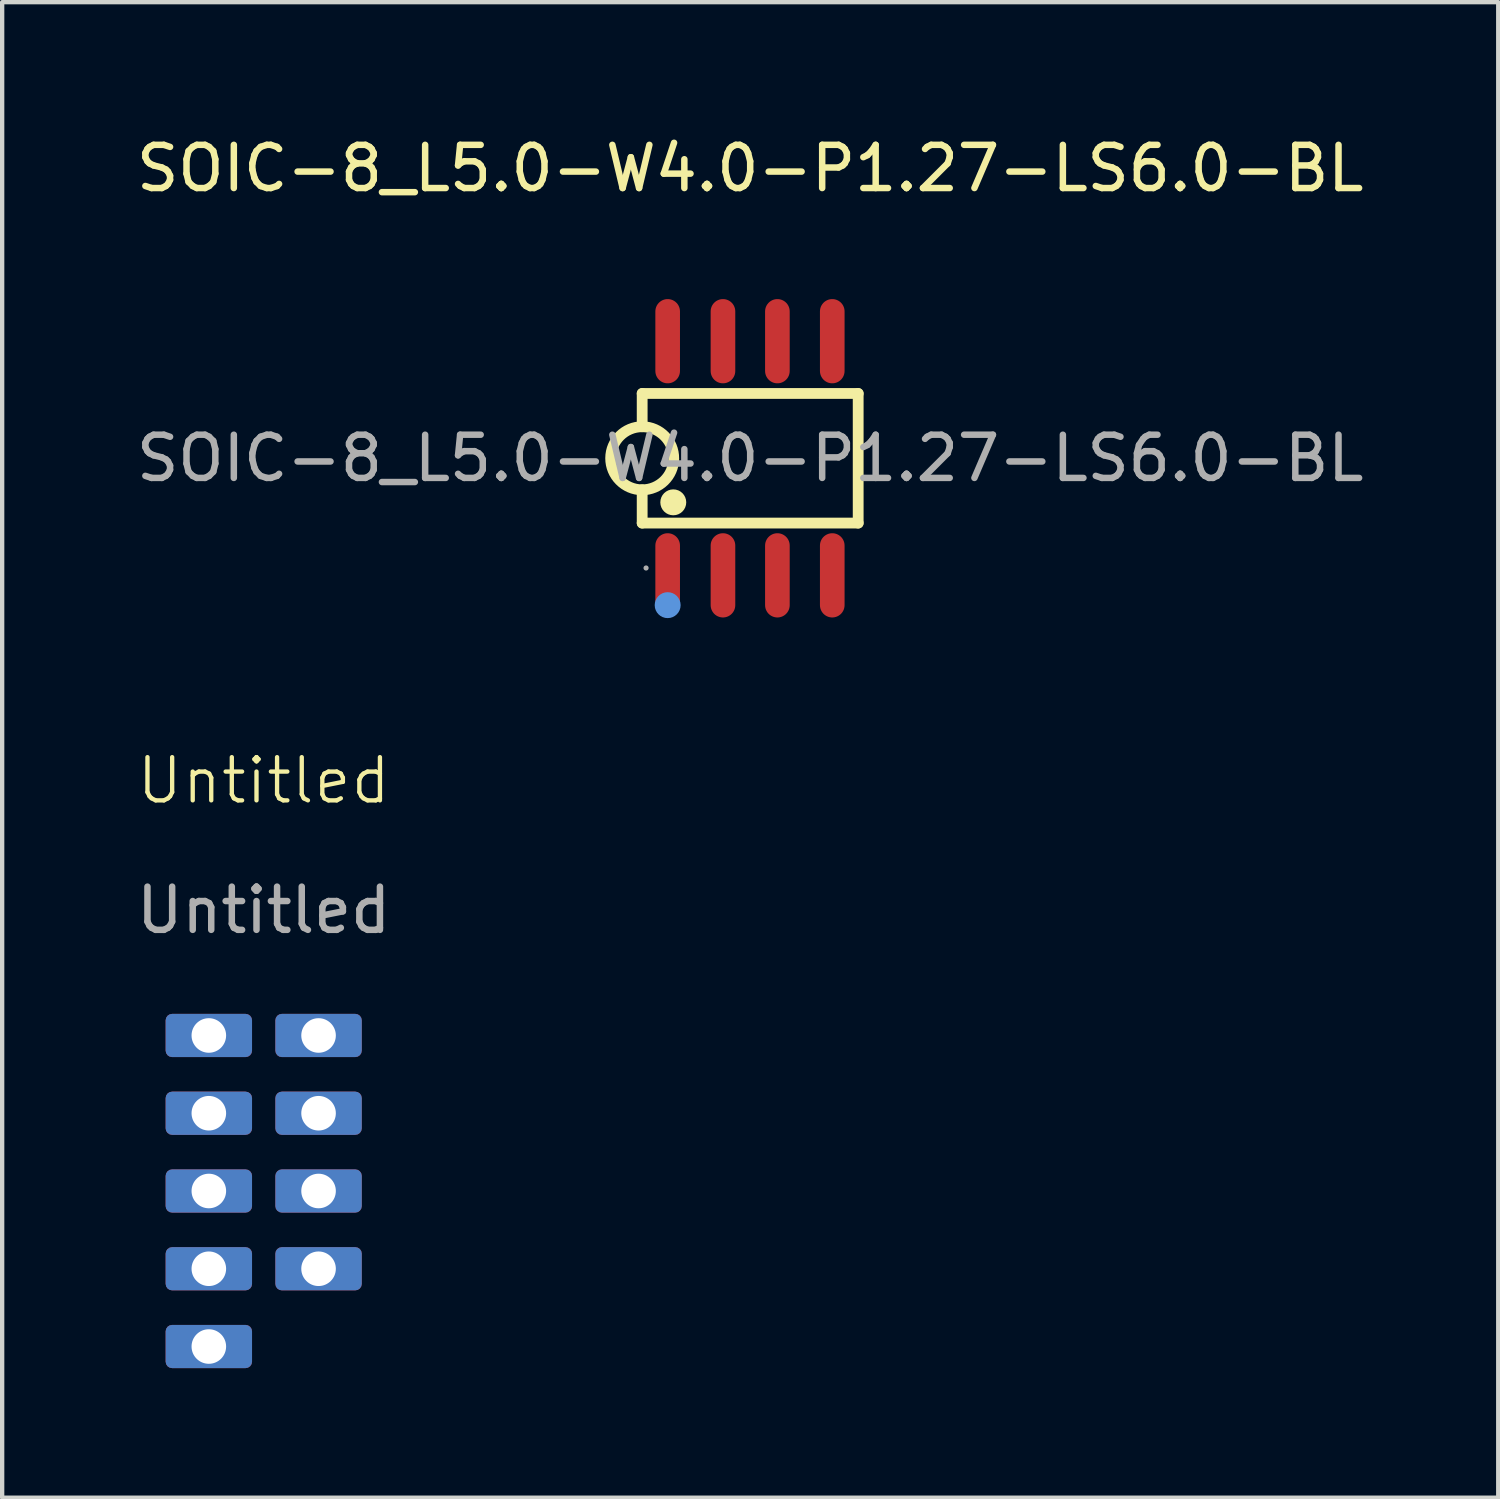
<source format=kicad_pcb>
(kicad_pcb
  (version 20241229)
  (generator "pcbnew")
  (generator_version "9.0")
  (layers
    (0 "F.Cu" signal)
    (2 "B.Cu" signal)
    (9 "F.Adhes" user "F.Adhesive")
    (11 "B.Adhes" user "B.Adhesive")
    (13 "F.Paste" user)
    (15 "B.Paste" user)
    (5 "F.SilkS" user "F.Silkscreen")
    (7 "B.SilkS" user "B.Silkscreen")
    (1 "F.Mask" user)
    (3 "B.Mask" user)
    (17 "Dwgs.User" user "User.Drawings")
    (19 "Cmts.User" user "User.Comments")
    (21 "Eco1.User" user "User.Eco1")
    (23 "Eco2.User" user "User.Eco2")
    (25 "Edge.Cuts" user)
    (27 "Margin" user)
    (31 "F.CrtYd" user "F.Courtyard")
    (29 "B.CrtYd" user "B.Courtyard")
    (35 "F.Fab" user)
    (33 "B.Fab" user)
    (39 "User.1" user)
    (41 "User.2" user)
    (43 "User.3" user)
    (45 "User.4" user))
  (footprint "Untitled"
    (layer "F.Cu")
    (at 3.054 24.519)
    (property "Reference" "Untitled" (at 0 -9.5 0) (unlocked yes) (layer "F.SilkS") (effects (font (size 1 1) (thickness 0.1))))
    (attr through_hole)
    (fp_text user "${REFERENCE}" (at 0 -6.5 0) (unlocked yes) (layer "F.Fab") (effects (font (size 1 1) (thickness 0.15))))
    (pad "1" thru_hole roundrect (at -1.27 -3.6) (size 2 1) (drill 0.8) (layers "*.Cu" "*.Mask") (roundrect_rratio 0.15))
    (pad "2" thru_hole roundrect (at 1.27 -3.6) (size 2 1) (drill 0.8) (layers "*.Cu" "*.Mask") (roundrect_rratio 0.15))
    (pad "3" thru_hole roundrect (at -1.27 -1.8) (size 2 1) (drill 0.8) (layers "*.Cu" "*.Mask") (roundrect_rratio 0.15))
    (pad "4" thru_hole roundrect (at 1.27 -1.8) (size 2 1) (drill 0.8) (layers "*.Cu" "*.Mask") (roundrect_rratio 0.15))
    (pad "5" thru_hole roundrect (at -1.27 0) (size 2 1) (drill 0.8) (layers "*.Cu" "*.Mask") (roundrect_rratio 0.15))
    (pad "6" thru_hole roundrect (at 1.27 0) (size 2 1) (drill 0.8) (layers "*.Cu" "*.Mask") (roundrect_rratio 0.15))
    (pad "7" thru_hole roundrect (at -1.27 1.8) (size 2 1) (drill 0.8) (layers "*.Cu" "*.Mask") (roundrect_rratio 0.15))
    (pad "8" thru_hole roundrect (at 1.27 1.8) (size 2 1) (drill 0.8) (layers "*.Cu" "*.Mask") (roundrect_rratio 0.15))
    (pad "9" thru_hole roundrect (at -1.27 3.6) (size 2 1) (drill 0.8) (layers "*.Cu" "*.Mask") (roundrect_rratio 0.15)))
  (footprint "SOIC-8_L5.0-W4.0-P1.27-LS6.0-BL"
    (layer "F.Cu")
    (at 14.315 7.558)
    (property "Reference" "SOIC-8_L5.0-W4.0-P1.27-LS6.0-BL" (at 0 -6.71 0) (layer "F.SilkS") (effects (font (size 1 1) (thickness 0.15))))
    (attr through_hole)
    (fp_line (start -2.5 -1.5) (end -2.5 -0.73) (stroke (width 0.25) (type solid)) (layer "F.SilkS"))
    (fp_line (start -2.5 -1.5) (end 2.5 -1.5) (stroke (width 0.25) (type solid)) (layer "F.SilkS"))
    (fp_line (start -2.5 1.5) (end -2.5 0.73) (stroke (width 0.25) (type solid)) (layer "F.SilkS"))
    (fp_line (start -2.5 1.5) (end 2.5 1.5) (stroke (width 0.25) (type solid)) (layer "F.SilkS"))
    (fp_line (start 2.5 -1.5) (end 2.5 1.5) (stroke (width 0.25) (type solid)) (layer "F.SilkS"))
    (fp_arc (start -2.48726 -0.729889) (mid -2.50637 0.729972) (end -2.5 -0.73) (stroke (width 0.25) (type solid)) (layer "F.SilkS"))
    (fp_circle (center -1.78 1.02) (end -1.63 1.02) (stroke (width 0.3) (type solid)) (fill no) (layer "F.SilkS"))
    (fp_circle (center -1.91 3.4) (end -1.76 3.4) (stroke (width 0.3) (type solid)) (fill no) (layer "Cmts.User"))
    (fp_circle (center -2.41 2.54) (end -2.38 2.54) (stroke (width 0.06) (type solid)) (fill no) (layer "F.Fab"))
    (fp_text user "${REFERENCE}" (at 0 0 0) (layer "F.Fab") (effects (font (size 1 1) (thickness 0.15))))
    (pad "1" smd oval (at -1.91 2.71) (size 0.57 1.95) (layers "F.Cu" "F.Mask" "F.Paste"))
    (pad "2" smd oval (at -0.63 2.71) (size 0.57 1.95) (layers "F.Cu" "F.Mask" "F.Paste"))
    (pad "3" smd oval (at 0.63 2.71) (size 0.57 1.95) (layers "F.Cu" "F.Mask" "F.Paste"))
    (pad "4" smd oval (at 1.9 2.71) (size 0.57 1.95) (layers "F.Cu" "F.Mask" "F.Paste"))
    (pad "5" smd oval (at 1.9 -2.71) (size 0.57 1.95) (layers "F.Cu" "F.Mask" "F.Paste"))
    (pad "6" smd oval (at 0.63 -2.71) (size 0.57 1.95) (layers "F.Cu" "F.Mask" "F.Paste"))
    (pad "7" smd oval (at -0.63 -2.71) (size 0.57 1.95) (layers "F.Cu" "F.Mask" "F.Paste"))
    (pad "8" smd oval (at -1.91 -2.71) (size 0.57 1.95) (layers "F.Cu" "F.Mask" "F.Paste")))
  (gr_rect
    (start -3 -3)
    (end 31.631 31.619)
    (stroke (width 0.1) (type default))
    (fill no)
    (layer "Edge.Cuts")))
</source>
